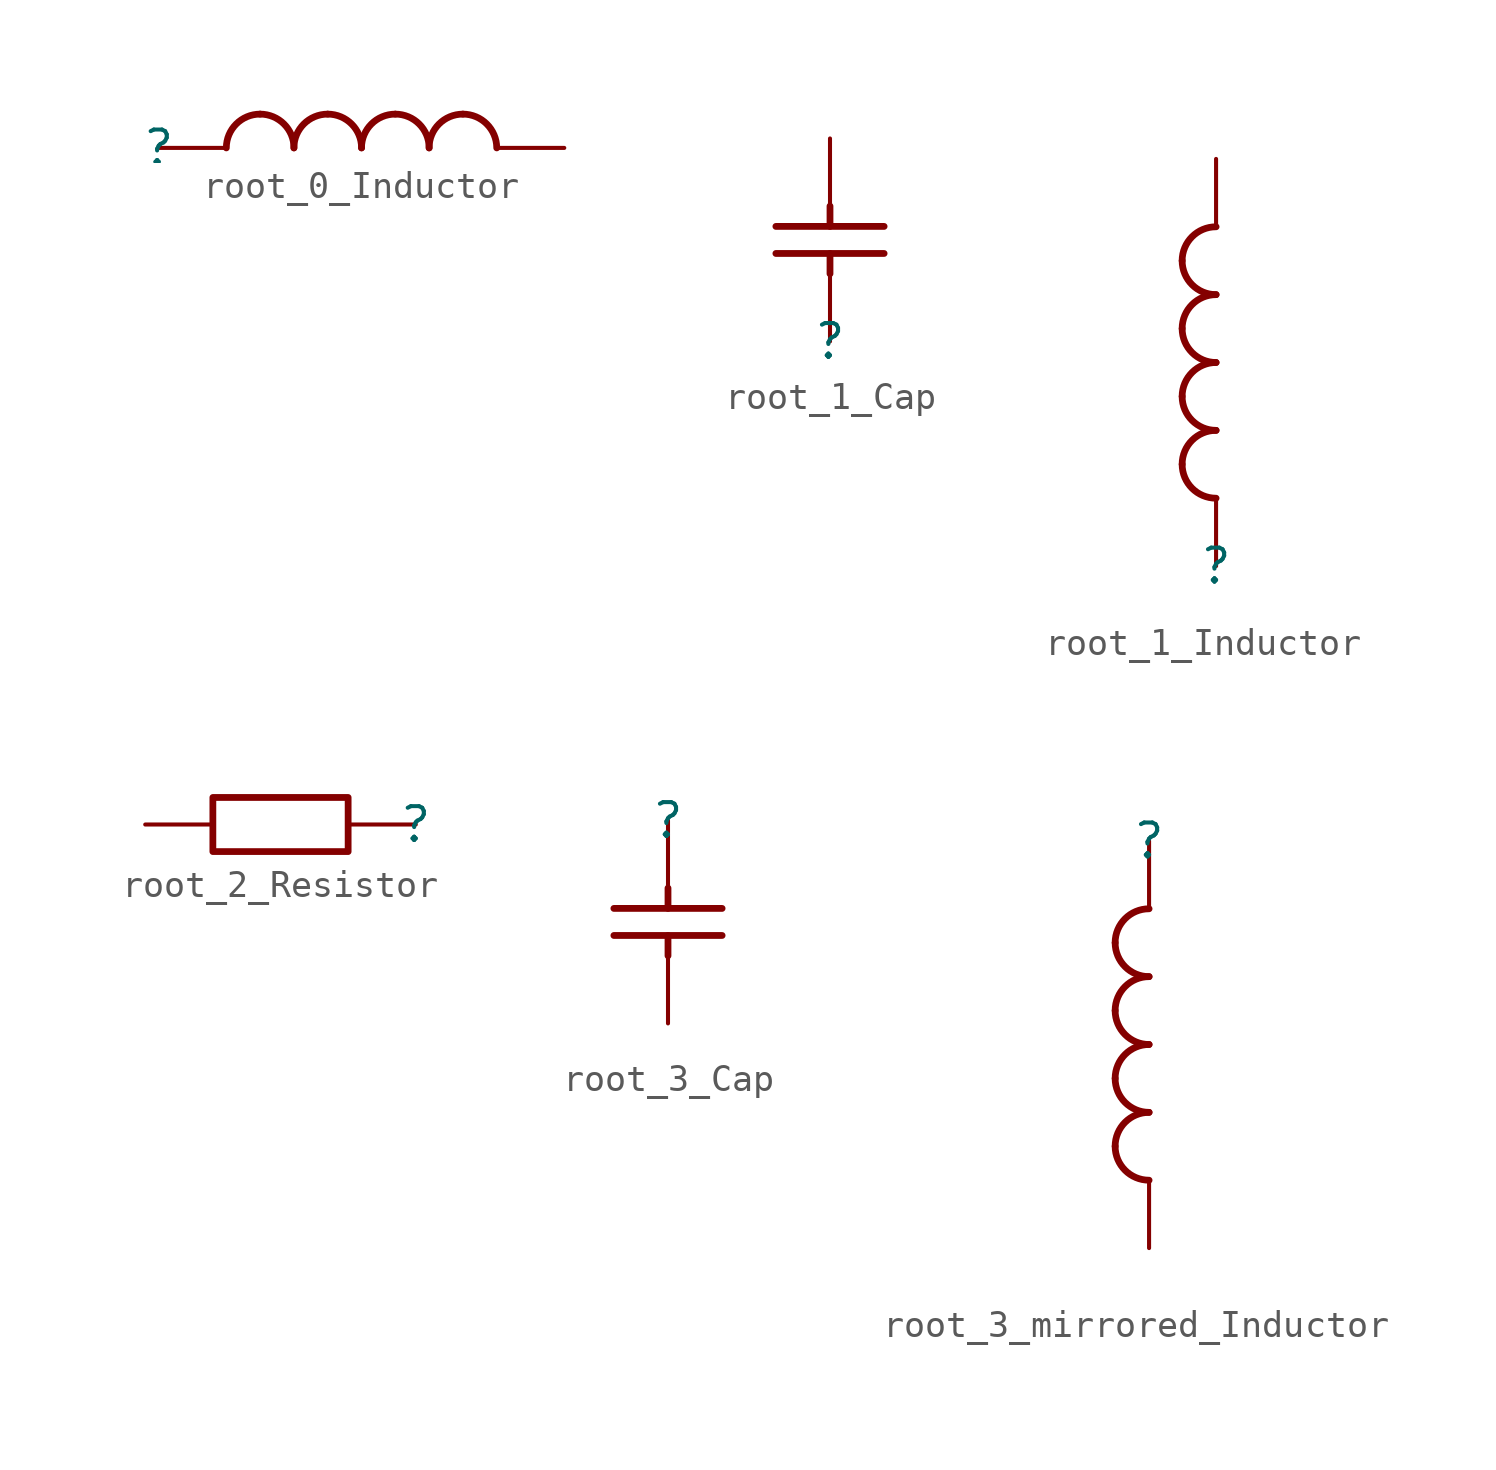
<source format=kicad_sym>
(kicad_symbol_lib
  (version 20231120)
  (generator "kicad_symbol_editor")
  (generator_version "8.0")
  (symbol "root_0_Inductor"
    (property "Reference" ""
      (at 0 0 0)
      (effects (font (size 1.27 1.27))))
    (property "Value" ""
      (at 0 0 0)
      (effects (font (size 1.27 1.27))))
    (symbol "root_0_Inductor_1_0"
      (arc (start 3.81 1.27) (mid 2.912 0.898) (end 2.54 0) (stroke (width 0.254) (type solid)) (fill (type none)))
      (arc (start 5.08 0) (mid 4.708 0.898) (end 3.81 1.27) (stroke (width 0.254) (type solid)) (fill (type none)))
      (arc (start 6.35 1.27) (mid 5.452 0.898) (end 5.08 0) (stroke (width 0.254) (type solid)) (fill (type none)))
      (arc (start 7.62 0) (mid 7.248 0.898) (end 6.35 1.27) (stroke (width 0.254) (type solid)) (fill (type none)))
      (arc (start 8.89 1.27) (mid 7.992 0.898) (end 7.62 0) (stroke (width 0.254) (type solid)) (fill (type none)))
      (arc (start 10.16 0) (mid 9.788 0.898) (end 8.89 1.27) (stroke (width 0.254) (type solid)) (fill (type none)))
      (arc (start 11.43 1.27) (mid 10.532 0.898) (end 10.16 0) (stroke (width 0.254) (type solid)) (fill (type none)))
      (arc (start 12.7 0) (mid 12.328 0.898) (end 11.43 1.27) (stroke (width 0.254) (type solid)) (fill (type none)))
      (pin passive line (at 0 0 0) (length 2.54) (name "1" (effects (font (size 0 0)))) (number "1" (effects (font (size 0 0)))))
      (pin passive line (at 15.24 0 180) (length 2.54) (name "2" (effects (font (size 0 0)))) (number "2" (effects (font (size 0 0)))))))
  (symbol "root_1_Cap"
    (property "Reference" ""
      (at 0 0 0)
      (effects (font (size 1.27 1.27))))
    (property "Value" ""
      (at 0 0 0)
      (effects (font (size 1.27 1.27))))
    (symbol "root_1_Cap_1_0"
      (polyline (pts (xy -2.032 4.318) (xy 2.032 4.318)) (stroke (width 0.254) (type solid)) (fill (type none)))
      (polyline (pts (xy 0 2.54) (xy 0 3.302)) (stroke (width 0.254) (type solid)) (fill (type none)))
      (polyline (pts (xy 0 5.08) (xy 0 4.318)) (stroke (width 0.254) (type solid)) (fill (type none)))
      (polyline (pts (xy 2.032 3.302) (xy -2.032 3.302)) (stroke (width 0.254) (type solid)) (fill (type none)))
      (pin passive line (at 0 0 90) (length 2.54) (name "1" (effects (font (size 0 0)))) (number "1" (effects (font (size 0 0)))))
      (pin passive line (at 0 7.62 270) (length 2.54) (name "2" (effects (font (size 0 0)))) (number "2" (effects (font (size 0 0)))))))
  (symbol "root_1_Inductor"
    (property "Reference" ""
      (at 0 0 0)
      (effects (font (size 1.27 1.27))))
    (property "Value" ""
      (at 0 0 0)
      (effects (font (size 1.27 1.27))))
    (symbol "root_1_Inductor_1_0"
      (arc (start -1.27 3.81) (mid -0.898 2.912) (end 0 2.54) (stroke (width 0.254) (type solid)) (fill (type none)))
      (arc (start -1.27 6.35) (mid -0.898 5.452) (end 0 5.08) (stroke (width 0.254) (type solid)) (fill (type none)))
      (arc (start -1.27 8.89) (mid -0.898 7.992) (end 0 7.62) (stroke (width 0.254) (type solid)) (fill (type none)))
      (arc (start -1.27 11.43) (mid -0.898 10.532) (end 0 10.16) (stroke (width 0.254) (type solid)) (fill (type none)))
      (arc (start 0 5.08) (mid -0.898 4.708) (end -1.27 3.81) (stroke (width 0.254) (type solid)) (fill (type none)))
      (arc (start 0 7.62) (mid -0.898 7.248) (end -1.27 6.35) (stroke (width 0.254) (type solid)) (fill (type none)))
      (arc (start 0 10.16) (mid -0.898 9.788) (end -1.27 8.89) (stroke (width 0.254) (type solid)) (fill (type none)))
      (arc (start 0 12.7) (mid -0.898 12.328) (end -1.27 11.43) (stroke (width 0.254) (type solid)) (fill (type none)))
      (pin passive line (at 0 0 90) (length 2.54) (name "1" (effects (font (size 0 0)))) (number "1" (effects (font (size 0 0)))))
      (pin passive line (at 0 15.24 270) (length 2.54) (name "2" (effects (font (size 0 0)))) (number "2" (effects (font (size 0 0)))))))
  (symbol "root_2_Resistor"
    (property "Reference" ""
      (at 0 0 0)
      (effects (font (size 1.27 1.27))))
    (property "Value" ""
      (at 0 0 0)
      (effects (font (size 1.27 1.27))))
    (symbol "root_2_Resistor_1_0"
      (rectangle (start -2.54 1.016) (end -7.62 -1.016) (stroke (width 0.254) (type solid)) (fill (type none)))
      (pin passive line (at 0 0 180) (length 2.54) (name "1" (effects (font (size 0 0)))) (number "1" (effects (font (size 0 0)))))
      (pin passive line (at -10.16 0 0) (length 2.54) (name "2" (effects (font (size 0 0)))) (number "2" (effects (font (size 0 0)))))))
  (symbol "root_3_Cap"
    (property "Reference" ""
      (at 0 0 0)
      (effects (font (size 1.27 1.27))))
    (property "Value" ""
      (at 0 0 0)
      (effects (font (size 1.27 1.27))))
    (symbol "root_3_Cap_1_0"
      (polyline (pts (xy -2.032 -3.302) (xy 2.032 -3.302)) (stroke (width 0.254) (type solid)) (fill (type none)))
      (polyline (pts (xy 0 -5.08) (xy 0 -4.318)) (stroke (width 0.254) (type solid)) (fill (type none)))
      (polyline (pts (xy 0 -2.54) (xy 0 -3.302)) (stroke (width 0.254) (type solid)) (fill (type none)))
      (polyline (pts (xy 2.032 -4.318) (xy -2.032 -4.318)) (stroke (width 0.254) (type solid)) (fill (type none)))
      (pin passive line (at 0 0 270) (length 2.54) (name "1" (effects (font (size 0 0)))) (number "1" (effects (font (size 0 0)))))
      (pin passive line (at 0 -7.62 90) (length 2.54) (name "2" (effects (font (size 0 0)))) (number "2" (effects (font (size 0 0)))))))
  (symbol "root_3_mirrored_Inductor"
    (property "Reference" ""
      (at 0 0 0)
      (effects (font (size 1.27 1.27))))
    (property "Value" ""
      (at 0 0 0)
      (effects (font (size 1.27 1.27))))
    (symbol "root_3_mirrored_Inductor_1_0"
      (arc (start -1.27 -11.43) (mid -0.898 -12.328) (end 0 -12.7) (stroke (width 0.254) (type solid)) (fill (type none)))
      (arc (start -1.27 -8.89) (mid -0.898 -9.788) (end 0 -10.16) (stroke (width 0.254) (type solid)) (fill (type none)))
      (arc (start -1.27 -6.35) (mid -0.898 -7.248) (end 0 -7.62) (stroke (width 0.254) (type solid)) (fill (type none)))
      (arc (start -1.27 -3.81) (mid -0.898 -4.708) (end 0 -5.08) (stroke (width 0.254) (type solid)) (fill (type none)))
      (arc (start 0 -10.16) (mid -0.898 -10.532) (end -1.27 -11.43) (stroke (width 0.254) (type solid)) (fill (type none)))
      (arc (start 0 -7.62) (mid -0.898 -7.992) (end -1.27 -8.89) (stroke (width 0.254) (type solid)) (fill (type none)))
      (arc (start 0 -5.08) (mid -0.898 -5.452) (end -1.27 -6.35) (stroke (width 0.254) (type solid)) (fill (type none)))
      (arc (start 0 -2.54) (mid -0.898 -2.912) (end -1.27 -3.81) (stroke (width 0.254) (type solid)) (fill (type none)))
      (pin passive line (at 0 0 270) (length 2.54) (name "1" (effects (font (size 0 0)))) (number "1" (effects (font (size 0 0)))))
      (pin passive line (at 0 -15.24 90) (length 2.54) (name "2" (effects (font (size 0 0)))) (number "2" (effects (font (size 0 0))))))))
</source>
